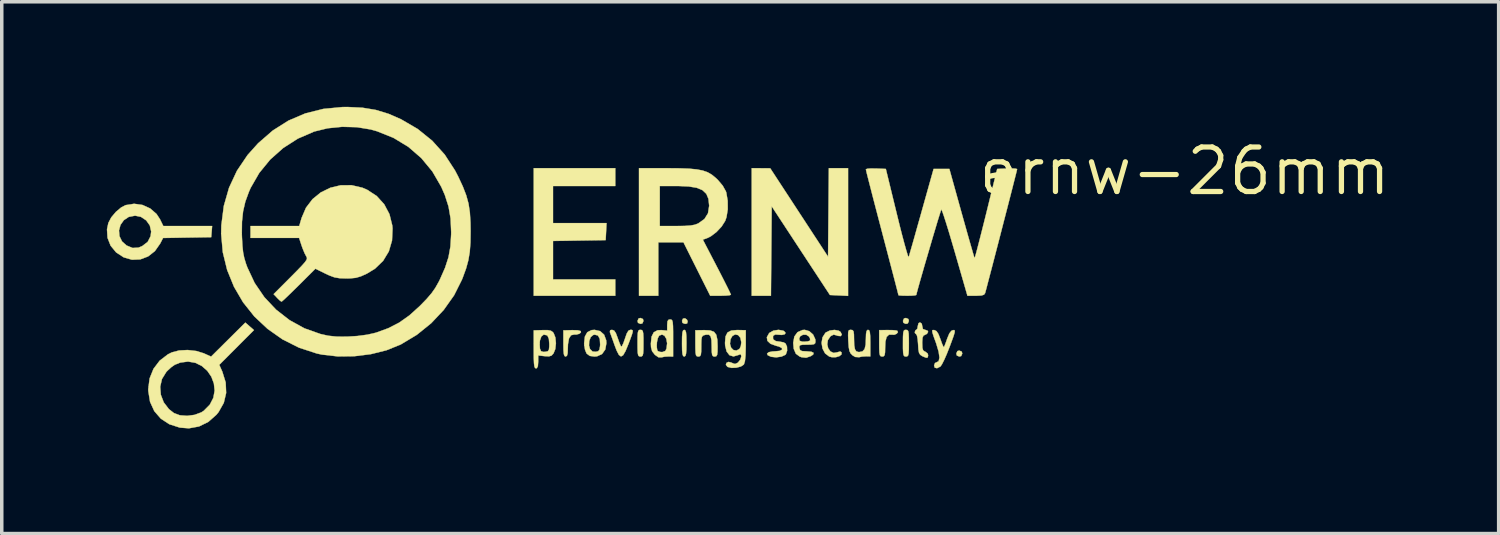
<source format=kicad_pcb>
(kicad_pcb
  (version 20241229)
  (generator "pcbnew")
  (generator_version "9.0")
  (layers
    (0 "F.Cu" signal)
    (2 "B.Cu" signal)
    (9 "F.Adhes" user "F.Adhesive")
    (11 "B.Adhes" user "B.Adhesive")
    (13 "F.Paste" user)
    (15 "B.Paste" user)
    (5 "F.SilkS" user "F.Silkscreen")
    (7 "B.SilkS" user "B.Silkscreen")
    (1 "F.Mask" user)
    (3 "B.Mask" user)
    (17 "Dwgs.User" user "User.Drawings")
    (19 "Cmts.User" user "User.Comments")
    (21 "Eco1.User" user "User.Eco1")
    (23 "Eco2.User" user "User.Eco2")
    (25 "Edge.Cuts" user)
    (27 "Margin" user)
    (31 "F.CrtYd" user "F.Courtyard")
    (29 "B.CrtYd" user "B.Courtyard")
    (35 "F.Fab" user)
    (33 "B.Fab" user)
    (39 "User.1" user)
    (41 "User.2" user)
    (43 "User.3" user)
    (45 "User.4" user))
  (footprint "ernw-26mm"
    (layer "F.Cu")
    (at 30.772 1.837)
    (property "Reference" "ernw-26mm" (at 0 0 0) (layer "F.SilkS") (effects (font (size 1.27 1.27) (thickness 0.15))))
    (attr through_hole)
    (fp_poly (pts (xy -15.466 4.221) (xy -15.452 4.276) (xy -15.482 4.346) (xy -15.536 4.36) (xy -15.607 4.33) (xy -15.621 4.276) (xy -15.591 4.205) (xy -15.536 4.191) (xy -15.466 4.221)) (stroke (width 0.01) (type solid)) (fill yes) (layer "F.SilkS"))
    (fp_poly (pts (xy -14.21 4.239) (xy -14.19 4.287) (xy -14.205 4.347) (xy -14.263 4.36) (xy -14.336 4.332) (xy -14.351 4.273) (xy -14.324 4.21) (xy -14.266 4.2) (xy -14.21 4.239)) (stroke (width 0.01) (type solid)) (fill yes) (layer "F.SilkS"))
    (fp_poly (pts (xy -7.888 4.221) (xy -7.874 4.276) (xy -7.904 4.346) (xy -7.959 4.36) (xy -8.029 4.33) (xy -8.043 4.276) (xy -8.013 4.205) (xy -7.959 4.191) (xy -7.888 4.221)) (stroke (width 0.01) (type solid)) (fill yes) (layer "F.SilkS"))
    (fp_poly (pts (xy -6.364 5.152) (xy -6.35 5.207) (xy -6.38 5.278) (xy -6.435 5.292) (xy -6.505 5.262) (xy -6.519 5.207) (xy -6.489 5.136) (xy -6.435 5.122) (xy -6.364 5.152)) (stroke (width 0.01) (type solid)) (fill yes) (layer "F.SilkS"))
    (fp_poly (pts (xy -16.256 0.423) (xy -18.034 0.423) (xy -18.034 1.482) (xy -16.506 1.482) (xy -16.518 1.725) (xy -16.531 1.968) (xy -17.283 1.98) (xy -18.034 1.992) (xy -18.034 3.09) (xy -16.256 3.09) (xy -16.256 3.556) (xy -18.584 3.556) (xy -18.584 -0.085) (xy -16.256 -0.085) (xy -16.256 0.423)) (stroke (width 0.01) (type solid)) (fill yes) (layer "F.SilkS"))
    (fp_poly (pts (xy -9.61 3.56) (xy -9.869 3.547) (xy -10.128 3.535) (xy -10.959 2.27) (xy -11.79 1.004) (xy -11.801 2.28) (xy -11.812 3.556) (xy -12.361 3.556) (xy -12.361 -0.085) (xy -12.097 -0.084) (xy -11.832 -0.082) (xy -10.181 2.442) (xy -10.17 1.178) (xy -10.159 -0.085) (xy -9.61 -0.085) (xy -9.61 3.56)) (stroke (width 0.01) (type solid)) (fill yes) (layer "F.SilkS"))
    (fp_poly (pts (xy -15.496 4.536) (xy -15.471 4.566) (xy -15.458 4.635) (xy -15.452 4.76) (xy -15.452 4.911) (xy -15.453 5.092) (xy -15.46 5.204) (xy -15.475 5.264) (xy -15.503 5.288) (xy -15.536 5.292) (xy -15.577 5.285) (xy -15.602 5.255) (xy -15.615 5.186) (xy -15.62 5.061) (xy -15.621 4.911) (xy -15.62 4.73) (xy -15.613 4.617) (xy -15.598 4.557) (xy -15.57 4.533) (xy -15.536 4.53) (xy -15.496 4.536)) (stroke (width 0.01) (type solid)) (fill yes) (layer "F.SilkS"))
    (fp_poly (pts (xy -14.257 4.545) (xy -14.237 4.599) (xy -14.227 4.707) (xy -14.224 4.883) (xy -14.224 4.911) (xy -14.226 5.097) (xy -14.236 5.212) (xy -14.254 5.272) (xy -14.283 5.291) (xy -14.287 5.292) (xy -14.318 5.277) (xy -14.338 5.223) (xy -14.348 5.115) (xy -14.351 4.938) (xy -14.351 4.911) (xy -14.349 4.725) (xy -14.339 4.609) (xy -14.321 4.549) (xy -14.292 4.53) (xy -14.287 4.53) (xy -14.257 4.545)) (stroke (width 0.01) (type solid)) (fill yes) (layer "F.SilkS"))
    (fp_poly (pts (xy -7.918 4.536) (xy -7.893 4.566) (xy -7.88 4.635) (xy -7.875 4.76) (xy -7.874 4.911) (xy -7.875 5.092) (xy -7.882 5.204) (xy -7.897 5.264) (xy -7.925 5.288) (xy -7.959 5.292) (xy -7.999 5.285) (xy -8.024 5.255) (xy -8.037 5.186) (xy -8.043 5.061) (xy -8.043 4.911) (xy -8.042 4.73) (xy -8.035 4.617) (xy -8.02 4.557) (xy -7.992 4.533) (xy -7.959 4.53) (xy -7.918 4.536)) (stroke (width 0.01) (type solid)) (fill yes) (layer "F.SilkS"))
    (fp_poly (pts (xy -17.325 4.542) (xy -17.242 4.565) (xy -17.237 4.605) (xy -17.283 4.642) (xy -17.366 4.664) (xy -17.428 4.663) (xy -17.519 4.684) (xy -17.578 4.775) (xy -17.607 4.941) (xy -17.611 5.056) (xy -17.616 5.197) (xy -17.636 5.271) (xy -17.674 5.292) (xy -17.674 5.292) (xy -17.705 5.277) (xy -17.725 5.222) (xy -17.735 5.113) (xy -17.738 4.935) (xy -17.738 4.918) (xy -17.738 4.545) (xy -17.484 4.538) (xy -17.325 4.542)) (stroke (width 0.01) (type solid)) (fill yes) (layer "F.SilkS"))
    (fp_poly (pts (xy -8.344 4.538) (xy -8.24 4.547) (xy -8.204 4.556) (xy -8.187 4.598) (xy -8.225 4.643) (xy -8.292 4.67) (xy -8.341 4.668) (xy -8.442 4.668) (xy -8.509 4.732) (xy -8.544 4.866) (xy -8.551 5.022) (xy -8.554 5.169) (xy -8.566 5.25) (xy -8.594 5.285) (xy -8.636 5.292) (xy -8.676 5.285) (xy -8.701 5.255) (xy -8.715 5.185) (xy -8.72 5.059) (xy -8.721 4.915) (xy -8.721 4.538) (xy -8.481 4.536) (xy -8.344 4.538)) (stroke (width 0.01) (type solid)) (fill yes) (layer "F.SilkS"))
    (fp_poly (pts (xy -9.877 4.554) (xy -9.823 4.591) (xy -9.788 4.667) (xy -9.82 4.709) (xy -9.904 4.701) (xy -9.929 4.691) (xy -10.021 4.666) (xy -10.1 4.705) (xy -10.117 4.72) (xy -10.187 4.824) (xy -10.204 4.943) (xy -10.177 5.058) (xy -10.114 5.146) (xy -10.023 5.189) (xy -9.929 5.173) (xy -9.835 5.148) (xy -9.797 5.17) (xy -9.796 5.23) (xy -9.857 5.28) (xy -9.956 5.31) (xy -10.069 5.312) (xy -10.147 5.292) (xy -10.266 5.202) (xy -10.34 5.063) (xy -10.366 4.902) (xy -10.34 4.745) (xy -10.259 4.618) (xy -10.243 4.604) (xy -10.13 4.549) (xy -9.996 4.532) (xy -9.877 4.554)) (stroke (width 0.01) (type solid)) (fill yes) (layer "F.SilkS"))
    (fp_poly (pts (xy -15.782 4.531) (xy -15.759 4.546) (xy -15.759 4.588) (xy -15.783 4.672) (xy -15.834 4.811) (xy -15.882 4.938) (xy -15.964 5.137) (xy -16.032 5.254) (xy -16.093 5.29) (xy -16.153 5.245) (xy -16.217 5.121) (xy -16.274 4.972) (xy -16.33 4.813) (xy -16.378 4.681) (xy -16.408 4.6) (xy -16.411 4.591) (xy -16.402 4.54) (xy -16.349 4.53) (xy -16.29 4.55) (xy -16.24 4.622) (xy -16.191 4.752) (xy -16.145 4.881) (xy -16.106 4.976) (xy -16.089 5.007) (xy -16.062 4.988) (xy -16.023 4.905) (xy -15.981 4.785) (xy -15.929 4.635) (xy -15.88 4.554) (xy -15.828 4.53) (xy -15.826 4.53) (xy -15.782 4.531)) (stroke (width 0.01) (type solid)) (fill yes) (layer "F.SilkS"))
    (fp_poly (pts (xy -16.689 4.566) (xy -16.575 4.668) (xy -16.516 4.827) (xy -16.51 4.911) (xy -16.542 5.091) (xy -16.633 5.219) (xy -16.775 5.285) (xy -16.849 5.292) (xy -16.983 5.274) (xy -17.067 5.213) (xy -17.079 5.198) (xy -17.12 5.097) (xy -17.14 4.978) (xy -17.006 4.978) (xy -16.977 5.078) (xy -16.906 5.149) (xy -16.814 5.157) (xy -16.743 5.14) (xy -16.707 5.094) (xy -16.691 4.996) (xy -16.688 4.949) (xy -16.698 4.787) (xy -16.751 4.692) (xy -16.844 4.667) (xy -16.887 4.677) (xy -16.958 4.738) (xy -17 4.85) (xy -17.006 4.978) (xy -17.14 4.978) (xy -17.143 4.959) (xy -17.145 4.911) (xy -17.123 4.72) (xy -17.055 4.598) (xy -16.936 4.538) (xy -16.849 4.53) (xy -16.689 4.566)) (stroke (width 0.01) (type solid)) (fill yes) (layer "F.SilkS"))
    (fp_poly (pts (xy -13.549 4.546) (xy -13.438 4.586) (xy -13.373 4.67) (xy -13.342 4.813) (xy -13.335 5.005) (xy -13.337 5.157) (xy -13.348 5.244) (xy -13.373 5.283) (xy -13.417 5.292) (xy -13.42 5.292) (xy -13.464 5.284) (xy -13.49 5.247) (xy -13.501 5.165) (xy -13.504 5.017) (xy -13.504 4.998) (xy -13.51 4.821) (xy -13.534 4.715) (xy -13.581 4.668) (xy -13.661 4.667) (xy -13.697 4.675) (xy -13.752 4.694) (xy -13.783 4.732) (xy -13.797 4.809) (xy -13.801 4.944) (xy -13.801 4.996) (xy -13.803 5.152) (xy -13.813 5.241) (xy -13.837 5.281) (xy -13.879 5.292) (xy -13.885 5.292) (xy -13.926 5.285) (xy -13.951 5.255) (xy -13.964 5.185) (xy -13.969 5.058) (xy -13.97 4.917) (xy -13.97 4.542) (xy -13.717 4.538) (xy -13.549 4.546)) (stroke (width 0.01) (type solid)) (fill yes) (layer "F.SilkS"))
    (fp_poly (pts (xy -9.007 4.545) (xy -8.988 4.599) (xy -8.978 4.707) (xy -8.975 4.884) (xy -8.975 4.909) (xy -8.975 5.288) (xy -9.091 5.285) (xy -9.214 5.293) (xy -9.295 5.311) (xy -9.406 5.304) (xy -9.484 5.257) (xy -9.538 5.202) (xy -9.571 5.132) (xy -9.591 5.022) (xy -9.603 4.852) (xy -9.609 4.689) (xy -9.606 4.593) (xy -9.59 4.546) (xy -9.555 4.531) (xy -9.53 4.53) (xy -9.48 4.538) (xy -9.453 4.576) (xy -9.442 4.663) (xy -9.44 4.78) (xy -9.435 4.967) (xy -9.414 5.084) (xy -9.374 5.145) (xy -9.308 5.164) (xy -9.296 5.165) (xy -9.199 5.145) (xy -9.138 5.079) (xy -9.108 4.953) (xy -9.102 4.796) (xy -9.097 4.645) (xy -9.081 4.562) (xy -9.05 4.531) (xy -9.038 4.53) (xy -9.007 4.545)) (stroke (width 0.01) (type solid)) (fill yes) (layer "F.SilkS"))
    (fp_poly (pts (xy -7.505 4.355) (xy -7.493 4.424) (xy -7.473 4.507) (xy -7.408 4.53) (xy -7.34 4.554) (xy -7.324 4.588) (xy -7.359 4.645) (xy -7.408 4.669) (xy -7.459 4.696) (xy -7.485 4.758) (xy -7.493 4.876) (xy -7.493 4.911) (xy -7.488 5.044) (xy -7.467 5.116) (xy -7.422 5.148) (xy -7.408 5.152) (xy -7.339 5.204) (xy -7.324 5.254) (xy -7.335 5.317) (xy -7.379 5.327) (xy -7.474 5.289) (xy -7.493 5.279) (xy -7.55 5.242) (xy -7.584 5.186) (xy -7.602 5.09) (xy -7.611 4.941) (xy -7.623 4.798) (xy -7.642 4.696) (xy -7.664 4.657) (xy -7.664 4.657) (xy -7.7 4.622) (xy -7.705 4.593) (xy -7.682 4.537) (xy -7.662 4.53) (xy -7.631 4.493) (xy -7.62 4.424) (xy -7.598 4.339) (xy -7.556 4.318) (xy -7.505 4.355)) (stroke (width 0.01) (type solid)) (fill yes) (layer "F.SilkS"))
    (fp_poly (pts (xy -11.463 4.553) (xy -11.435 4.568) (xy -11.393 4.618) (xy -11.42 4.657) (xy -11.502 4.675) (xy -11.578 4.67) (xy -11.686 4.663) (xy -11.74 4.694) (xy -11.753 4.719) (xy -11.749 4.799) (xy -11.673 4.851) (xy -11.555 4.868) (xy -11.452 4.887) (xy -11.396 4.919) (xy -11.354 5.009) (xy -11.35 5.126) (xy -11.384 5.224) (xy -11.402 5.244) (xy -11.512 5.294) (xy -11.661 5.315) (xy -11.806 5.299) (xy -11.811 5.298) (xy -11.905 5.253) (xy -11.923 5.207) (xy -11.871 5.167) (xy -11.756 5.145) (xy -11.705 5.144) (xy -11.562 5.13) (xy -11.493 5.095) (xy -11.5 5.05) (xy -11.586 5.006) (xy -11.663 4.986) (xy -11.823 4.929) (xy -11.913 4.844) (xy -11.929 4.741) (xy -11.866 4.628) (xy -11.853 4.614) (xy -11.741 4.552) (xy -11.596 4.53) (xy -11.463 4.553)) (stroke (width 0.01) (type solid)) (fill yes) (layer "F.SilkS"))
    (fp_poly (pts (xy -7.153 4.536) (xy -7.147 4.537) (xy -7.085 4.567) (xy -7.031 4.648) (xy -6.974 4.795) (xy -6.973 4.797) (xy -6.928 4.923) (xy -6.892 5.005) (xy -6.874 5.026) (xy -6.853 4.98) (xy -6.814 4.878) (xy -6.78 4.78) (xy -6.72 4.634) (xy -6.661 4.558) (xy -6.614 4.538) (xy -6.58 4.537) (xy -6.564 4.557) (xy -6.569 4.61) (xy -6.598 4.707) (xy -6.654 4.862) (xy -6.715 5.025) (xy -6.792 5.22) (xy -6.866 5.388) (xy -6.929 5.513) (xy -6.972 5.576) (xy -6.973 5.577) (xy -7.071 5.626) (xy -7.136 5.609) (xy -7.154 5.546) (xy -7.128 5.477) (xy -7.092 5.461) (xy -7.024 5.426) (xy -7.001 5.323) (xy -7.024 5.155) (xy -7.092 4.925) (xy -7.106 4.885) (xy -7.168 4.715) (xy -7.201 4.61) (xy -7.209 4.554) (xy -7.192 4.535) (xy -7.153 4.536)) (stroke (width 0.01) (type solid)) (fill yes) (layer "F.SilkS"))
    (fp_poly (pts (xy -18.184 4.538) (xy -18.095 4.555) (xy -18.039 4.594) (xy -18.015 4.624) (xy -17.966 4.75) (xy -17.951 4.914) (xy -17.969 5.078) (xy -18.019 5.202) (xy -18.076 5.265) (xy -18.15 5.287) (xy -18.273 5.281) (xy -18.457 5.26) (xy -18.457 5.445) (xy -18.466 5.569) (xy -18.496 5.624) (xy -18.521 5.63) (xy -18.547 5.618) (xy -18.566 5.573) (xy -18.577 5.481) (xy -18.583 5.332) (xy -18.584 5.112) (xy -18.584 5.088) (xy -18.584 4.93) (xy -18.415 4.93) (xy -18.407 5.068) (xy -18.375 5.139) (xy -18.307 5.16) (xy -18.247 5.156) (xy -18.183 5.141) (xy -18.151 5.099) (xy -18.141 5.007) (xy -18.14 4.936) (xy -18.152 4.786) (xy -18.19 4.701) (xy -18.21 4.685) (xy -18.298 4.665) (xy -18.367 4.719) (xy -18.408 4.836) (xy -18.415 4.93) (xy -18.584 4.93) (xy -18.584 4.545) (xy -18.332 4.538) (xy -18.184 4.538)) (stroke (width 0.01) (type solid)) (fill yes) (layer "F.SilkS"))
    (fp_poly (pts (xy -14.655 4.238) (xy -14.631 4.262) (xy -14.616 4.318) (xy -14.608 4.42) (xy -14.605 4.583) (xy -14.605 4.763) (xy -14.605 5.293) (xy -14.721 5.289) (xy -14.847 5.296) (xy -14.931 5.314) (xy -15.021 5.314) (xy -15.118 5.248) (xy -15.132 5.234) (xy -15.204 5.141) (xy -15.235 5.029) (xy -15.236 5.011) (xy -15.073 5.011) (xy -15.058 5.109) (xy -15.042 5.136) (xy -14.982 5.159) (xy -14.916 5.165) (xy -14.828 5.133) (xy -14.793 5.064) (xy -14.776 4.914) (xy -14.798 4.787) (xy -14.85 4.699) (xy -14.922 4.664) (xy -15.004 4.696) (xy -15.042 4.768) (xy -15.067 4.885) (xy -15.073 5.011) (xy -15.236 5.011) (xy -15.24 4.922) (xy -15.22 4.726) (xy -15.158 4.601) (xy -15.05 4.542) (xy -14.938 4.537) (xy -14.774 4.553) (xy -14.774 4.393) (xy -14.766 4.286) (xy -14.734 4.241) (xy -14.69 4.233) (xy -14.655 4.238)) (stroke (width 0.01) (type solid)) (fill yes) (layer "F.SilkS"))
    (fp_poly (pts (xy -29.753 0.965) (xy -29.533 1.065) (xy -29.353 1.222) (xy -29.254 1.373) (xy -29.16 1.566) (xy -27.766 1.566) (xy -27.792 1.884) (xy -28.479 1.895) (xy -29.167 1.907) (xy -29.248 2.065) (xy -29.4 2.282) (xy -29.594 2.434) (xy -29.816 2.518) (xy -30.054 2.528) (xy -30.29 2.46) (xy -30.507 2.318) (xy -30.664 2.127) (xy -30.752 1.903) (xy -30.765 1.691) (xy -30.425 1.691) (xy -30.412 1.854) (xy -30.338 2.006) (xy -30.208 2.122) (xy -30.037 2.192) (xy -29.87 2.183) (xy -29.761 2.138) (xy -29.605 2.018) (xy -29.522 1.855) (xy -29.506 1.722) (xy -29.545 1.549) (xy -29.649 1.404) (xy -29.799 1.304) (xy -29.965 1.27) (xy -30.146 1.305) (xy -30.287 1.399) (xy -30.382 1.533) (xy -30.425 1.691) (xy -30.765 1.691) (xy -30.767 1.658) (xy -30.728 1.477) (xy -30.646 1.32) (xy -30.514 1.163) (xy -30.362 1.035) (xy -30.234 0.969) (xy -29.993 0.931) (xy -29.753 0.965)) (stroke (width 0.01) (type solid)) (fill yes) (layer "F.SilkS"))
    (fp_poly (pts (xy -10.717 4.568) (xy -10.608 4.665) (xy -10.547 4.797) (xy -10.541 4.853) (xy -10.548 4.91) (xy -10.582 4.94) (xy -10.663 4.951) (xy -10.777 4.953) (xy -10.911 4.956) (xy -10.979 4.969) (xy -11.002 5.002) (xy -10.999 5.048) (xy -10.979 5.108) (xy -10.926 5.136) (xy -10.816 5.143) (xy -10.795 5.144) (xy -10.658 5.155) (xy -10.594 5.187) (xy -10.606 5.235) (xy -10.673 5.28) (xy -10.807 5.326) (xy -10.94 5.311) (xy -10.993 5.291) (xy -11.101 5.211) (xy -11.161 5.071) (xy -11.176 4.9) (xy -11.155 4.784) (xy -11.007 4.784) (xy -10.989 4.843) (xy -10.923 4.866) (xy -10.861 4.868) (xy -10.757 4.859) (xy -10.696 4.836) (xy -10.693 4.832) (xy -10.697 4.774) (xy -10.726 4.72) (xy -10.803 4.67) (xy -10.898 4.67) (xy -10.977 4.713) (xy -11.007 4.784) (xy -11.155 4.784) (xy -11.144 4.722) (xy -11.054 4.597) (xy -10.913 4.535) (xy -10.848 4.53) (xy -10.717 4.568)) (stroke (width 0.01) (type solid)) (fill yes) (layer "F.SilkS"))
    (fp_poly (pts (xy -12.75 4.536) (xy -12.531 4.541) (xy -12.531 4.993) (xy -12.537 5.252) (xy -12.555 5.427) (xy -12.585 5.519) (xy -12.585 5.519) (xy -12.669 5.576) (xy -12.798 5.61) (xy -12.936 5.616) (xy -13.046 5.589) (xy -13.052 5.586) (xy -13.098 5.528) (xy -13.082 5.473) (xy -13.023 5.445) (xy -12.952 5.462) (xy -12.869 5.496) (xy -12.833 5.503) (xy -12.757 5.468) (xy -12.69 5.386) (xy -12.658 5.293) (xy -12.658 5.287) (xy -12.67 5.23) (xy -12.721 5.238) (xy -12.74 5.248) (xy -12.881 5.289) (xy -12.996 5.254) (xy -13.077 5.149) (xy -13.119 4.981) (xy -13.122 4.929) (xy -12.982 4.929) (xy -12.95 5.037) (xy -12.883 5.106) (xy -12.796 5.121) (xy -12.708 5.072) (xy -12.672 4.995) (xy -12.658 4.886) (xy -12.684 4.757) (xy -12.749 4.68) (xy -12.833 4.661) (xy -12.914 4.706) (xy -12.966 4.798) (xy -12.982 4.929) (xy -13.122 4.929) (xy -13.123 4.896) (xy -13.108 4.718) (xy -13.053 4.607) (xy -12.946 4.55) (xy -12.773 4.535) (xy -12.75 4.536)) (stroke (width 0.01) (type solid)) (fill yes) (layer "F.SilkS"))
    (fp_poly (pts (xy -23.474 0.473) (xy -23.343 0.529) (xy -23.068 0.708) (xy -22.853 0.945) (xy -22.703 1.228) (xy -22.623 1.55) (xy -22.615 1.635) (xy -22.63 1.98) (xy -22.721 2.29) (xy -22.884 2.56) (xy -23.116 2.784) (xy -23.348 2.925) (xy -23.519 3.002) (xy -23.662 3.044) (xy -23.821 3.06) (xy -23.939 3.062) (xy -24.126 3.056) (xy -24.273 3.031) (xy -24.421 2.976) (xy -24.535 2.923) (xy -24.817 2.784) (xy -25.289 3.255) (xy -25.452 3.415) (xy -25.593 3.552) (xy -25.702 3.656) (xy -25.77 3.715) (xy -25.785 3.725) (xy -25.827 3.698) (xy -25.898 3.63) (xy -25.909 3.618) (xy -26.01 3.511) (xy -25.514 3.014) (xy -25.332 2.83) (xy -25.202 2.695) (xy -25.118 2.6) (xy -25.072 2.534) (xy -25.058 2.488) (xy -25.066 2.452) (xy -25.079 2.431) (xy -25.126 2.342) (xy -25.181 2.209) (xy -25.211 2.125) (xy -25.283 1.905) (xy -26.67 1.905) (xy -26.67 1.566) (xy -25.279 1.566) (xy -25.212 1.336) (xy -25.086 1.043) (xy -24.899 0.798) (xy -24.663 0.606) (xy -24.39 0.473) (xy -24.093 0.402) (xy -23.783 0.401) (xy -23.474 0.473)) (stroke (width 0.01) (type solid)) (fill yes) (layer "F.SilkS"))
    (fp_poly (pts (xy -26.695 4.43) (xy -26.572 4.537) (xy -27.562 5.529) (xy -27.475 5.724) (xy -27.379 6.032) (xy -27.366 6.331) (xy -27.433 6.615) (xy -27.582 6.878) (xy -27.643 6.953) (xy -27.875 7.158) (xy -28.14 7.288) (xy -28.429 7.341) (xy -28.687 7.321) (xy -28.986 7.225) (xy -29.231 7.065) (xy -29.417 6.85) (xy -29.538 6.585) (xy -29.588 6.278) (xy -29.59 6.223) (xy -29.581 6.155) (xy -29.249 6.155) (xy -29.231 6.383) (xy -29.147 6.601) (xy -29 6.793) (xy -28.856 6.906) (xy -28.688 6.969) (xy -28.481 6.985) (xy -28.267 6.957) (xy -28.075 6.886) (xy -28.005 6.841) (xy -27.832 6.666) (xy -27.731 6.47) (xy -27.694 6.265) (xy -27.716 6.06) (xy -27.788 5.868) (xy -27.905 5.698) (xy -28.06 5.562) (xy -28.245 5.471) (xy -28.453 5.435) (xy -28.678 5.465) (xy -28.833 5.527) (xy -28.93 5.595) (xy -29.04 5.696) (xy -29.075 5.733) (xy -29.198 5.933) (xy -29.249 6.155) (xy -29.581 6.155) (xy -29.551 5.918) (xy -29.44 5.643) (xy -29.263 5.409) (xy -29.029 5.23) (xy -28.917 5.174) (xy -28.71 5.119) (xy -28.465 5.106) (xy -28.218 5.134) (xy -28.006 5.199) (xy -27.796 5.294) (xy -26.818 4.323) (xy -26.695 4.43)) (stroke (width 0.01) (type solid)) (fill yes) (layer "F.SilkS"))
    (fp_poly (pts (xy -14.431 -0.082) (xy -14.152 -0.072) (xy -13.932 -0.051) (xy -13.759 -0.018) (xy -13.618 0.032) (xy -13.499 0.101) (xy -13.387 0.193) (xy -13.329 0.248) (xy -13.188 0.415) (xy -13.099 0.575) (xy -13.086 0.614) (xy -13.047 0.845) (xy -13.045 1.09) (xy -13.081 1.313) (xy -13.118 1.419) (xy -13.22 1.58) (xy -13.366 1.736) (xy -13.529 1.86) (xy -13.637 1.913) (xy -13.756 1.955) (xy -13.355 2.727) (xy -13.234 2.961) (xy -13.128 3.169) (xy -13.042 3.34) (xy -12.983 3.462) (xy -12.955 3.523) (xy -12.954 3.528) (xy -12.993 3.542) (xy -13.095 3.552) (xy -13.239 3.556) (xy -13.25 3.556) (xy -13.546 3.556) (xy -14.309 2.032) (xy -15.028 2.032) (xy -15.028 3.556) (xy -15.579 3.556) (xy -15.579 0.423) (xy -14.986 0.423) (xy -14.986 1.566) (xy -14.51 1.566) (xy -14.275 1.563) (xy -14.106 1.551) (xy -13.985 1.529) (xy -13.892 1.494) (xy -13.888 1.492) (xy -13.711 1.366) (xy -13.609 1.202) (xy -13.576 0.992) (xy -13.576 0.98) (xy -13.596 0.79) (xy -13.657 0.646) (xy -13.765 0.543) (xy -13.93 0.474) (xy -14.16 0.436) (xy -14.463 0.423) (xy -14.495 0.423) (xy -14.986 0.423) (xy -15.579 0.423) (xy -15.579 -0.085) (xy -14.782 -0.085) (xy -14.431 -0.082)) (stroke (width 0.01) (type solid)) (fill yes) (layer "F.SilkS"))
    (fp_poly (pts (xy -4.823 -0.072) (xy -4.784 -0.059) (xy -4.784 -0.058) (xy -4.794 -0.014) (xy -4.823 0.103) (xy -4.868 0.28) (xy -4.926 0.509) (xy -4.995 0.778) (xy -5.072 1.078) (xy -5.155 1.398) (xy -5.24 1.728) (xy -5.325 2.058) (xy -5.408 2.377) (xy -5.485 2.674) (xy -5.555 2.941) (xy -5.614 3.166) (xy -5.659 3.339) (xy -5.689 3.45) (xy -5.698 3.482) (xy -5.729 3.526) (xy -5.801 3.549) (xy -5.934 3.556) (xy -5.961 3.556) (xy -6.202 3.556) (xy -6.562 2.309) (xy -6.652 2.002) (xy -6.735 1.723) (xy -6.809 1.484) (xy -6.87 1.294) (xy -6.916 1.161) (xy -6.943 1.097) (xy -6.948 1.092) (xy -6.964 1.137) (xy -7 1.251) (xy -7.053 1.421) (xy -7.117 1.636) (xy -7.191 1.883) (xy -7.269 2.15) (xy -7.349 2.424) (xy -7.428 2.693) (xy -7.5 2.945) (xy -7.564 3.167) (xy -7.614 3.347) (xy -7.648 3.473) (xy -7.662 3.532) (xy -7.662 3.534) (xy -7.701 3.546) (xy -7.801 3.554) (xy -7.916 3.556) (xy -8.05 3.554) (xy -8.142 3.548) (xy -8.17 3.542) (xy -8.181 3.5) (xy -8.21 3.384) (xy -8.257 3.203) (xy -8.319 2.965) (xy -8.394 2.679) (xy -8.479 2.353) (xy -8.573 1.996) (xy -8.636 1.755) (xy -8.734 1.381) (xy -8.825 1.033) (xy -8.907 0.718) (xy -8.977 0.445) (xy -9.034 0.224) (xy -9.075 0.062) (xy -9.097 -0.033) (xy -9.102 -0.053) (xy -9.063 -0.069) (xy -8.962 -0.077) (xy -8.82 -0.076) (xy -8.817 -0.076) (xy -8.532 -0.064) (xy -8.217 1.228) (xy -8.14 1.541) (xy -8.068 1.823) (xy -8.004 2.064) (xy -7.95 2.255) (xy -7.91 2.388) (xy -7.886 2.452) (xy -7.88 2.455) (xy -7.863 2.4) (xy -7.827 2.273) (xy -7.773 2.087) (xy -7.706 1.851) (xy -7.629 1.575) (xy -7.543 1.272) (xy -7.513 1.164) (xy -7.168 -0.064) (xy -6.718 -0.064) (xy -6.366 1.202) (xy -6.278 1.515) (xy -6.198 1.8) (xy -6.127 2.049) (xy -6.069 2.25) (xy -6.027 2.395) (xy -6.003 2.472) (xy -5.999 2.482) (xy -5.985 2.446) (xy -5.954 2.338) (xy -5.909 2.167) (xy -5.851 1.943) (xy -5.783 1.675) (xy -5.707 1.374) (xy -5.668 1.217) (xy -5.353 -0.064) (xy -5.068 -0.076) (xy -4.926 -0.078) (xy -4.823 -0.072)) (stroke (width 0.01) (type solid)) (fill yes) (layer "F.SilkS"))
    (fp_poly (pts (xy -23.471 -1.811) (xy -23.091 -1.748) (xy -22.728 -1.637) (xy -22.375 -1.483) (xy -21.898 -1.205) (xy -21.483 -0.87) (xy -21.127 -0.475) (xy -20.831 -0.019) (xy -20.744 0.148) (xy -20.608 0.439) (xy -20.511 0.69) (xy -20.446 0.927) (xy -20.408 1.177) (xy -20.39 1.466) (xy -20.386 1.714) (xy -20.391 2.038) (xy -20.411 2.305) (xy -20.451 2.542) (xy -20.515 2.777) (xy -20.61 3.037) (xy -20.634 3.097) (xy -20.857 3.542) (xy -21.153 3.96) (xy -21.511 4.34) (xy -21.922 4.672) (xy -22.373 4.943) (xy -22.391 4.952) (xy -22.79 5.113) (xy -23.236 5.224) (xy -23.707 5.283) (xy -24.178 5.288) (xy -24.628 5.237) (xy -24.777 5.205) (xy -25.287 5.038) (xy -25.758 4.801) (xy -26.184 4.501) (xy -26.561 4.147) (xy -26.882 3.744) (xy -27.142 3.299) (xy -27.337 2.821) (xy -27.461 2.315) (xy -27.508 1.79) (xy -27.508 1.789) (xy -26.918 1.789) (xy -26.914 1.893) (xy -26.901 2.134) (xy -26.881 2.319) (xy -26.849 2.478) (xy -26.8 2.64) (xy -26.763 2.742) (xy -26.553 3.19) (xy -26.276 3.596) (xy -25.942 3.952) (xy -25.558 4.251) (xy -25.133 4.486) (xy -24.676 4.648) (xy -24.453 4.698) (xy -24.214 4.723) (xy -23.926 4.725) (xy -23.621 4.706) (xy -23.334 4.668) (xy -23.095 4.613) (xy -23.093 4.613) (xy -22.736 4.483) (xy -22.426 4.324) (xy -22.137 4.12) (xy -21.842 3.854) (xy -21.821 3.833) (xy -21.637 3.643) (xy -21.5 3.483) (xy -21.394 3.332) (xy -21.299 3.164) (xy -21.262 3.09) (xy -21.115 2.757) (xy -21.017 2.454) (xy -20.962 2.148) (xy -20.942 1.809) (xy -20.941 1.736) (xy -20.958 1.351) (xy -21.016 1.011) (xy -21.122 0.68) (xy -21.225 0.445) (xy -21.478 0.008) (xy -21.793 -0.373) (xy -22.165 -0.695) (xy -22.589 -0.952) (xy -23.058 -1.14) (xy -23.238 -1.191) (xy -23.632 -1.256) (xy -24.053 -1.267) (xy -24.47 -1.225) (xy -24.852 -1.132) (xy -24.861 -1.128) (xy -25.32 -0.929) (xy -25.738 -0.661) (xy -26.108 -0.332) (xy -26.42 0.049) (xy -26.665 0.474) (xy -26.716 0.59) (xy -26.818 0.869) (xy -26.882 1.145) (xy -26.914 1.443) (xy -26.918 1.789) (xy -27.508 1.789) (xy -27.503 1.545) (xy -27.432 0.992) (xy -27.283 0.473) (xy -27.057 -0.012) (xy -26.754 -0.461) (xy -26.453 -0.797) (xy -26.035 -1.16) (xy -25.586 -1.444) (xy -25.106 -1.649) (xy -24.59 -1.778) (xy -24.039 -1.831) (xy -23.897 -1.832) (xy -23.471 -1.811)) (stroke (width 0.01) (type solid)) (fill yes) (layer "F.SilkS")))
  (gr_rect
    (start -3 -3)
    (end 39.736 12.183)
    (stroke (width 0.1) (type default))
    (fill no)
    (layer "Edge.Cuts")))
</source>
